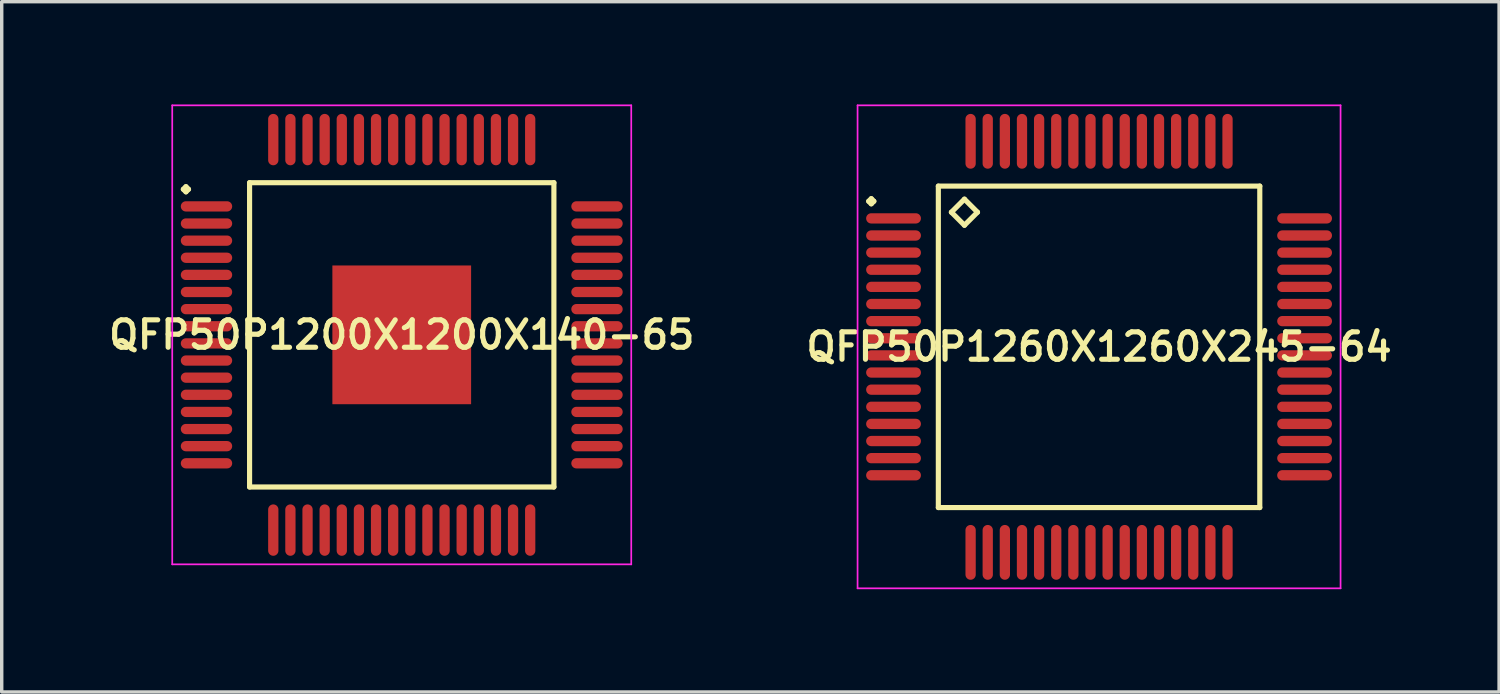
<source format=kicad_pcb>
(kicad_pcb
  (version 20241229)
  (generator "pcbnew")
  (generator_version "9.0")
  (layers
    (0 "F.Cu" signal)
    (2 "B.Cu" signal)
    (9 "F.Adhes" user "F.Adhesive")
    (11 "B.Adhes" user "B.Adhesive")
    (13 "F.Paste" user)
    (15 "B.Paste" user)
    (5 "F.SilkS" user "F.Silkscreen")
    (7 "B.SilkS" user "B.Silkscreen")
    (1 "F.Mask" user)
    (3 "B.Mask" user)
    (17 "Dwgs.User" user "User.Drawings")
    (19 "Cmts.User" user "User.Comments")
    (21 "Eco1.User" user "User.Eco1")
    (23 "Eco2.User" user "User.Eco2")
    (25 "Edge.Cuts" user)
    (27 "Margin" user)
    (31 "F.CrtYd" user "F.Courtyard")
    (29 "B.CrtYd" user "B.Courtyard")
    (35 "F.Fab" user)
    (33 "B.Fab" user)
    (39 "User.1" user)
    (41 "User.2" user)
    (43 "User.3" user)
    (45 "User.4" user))
  (footprint "QFP50P1200X1200X140-65"
    (layer "F.Cu")
    (at 8.678 6.725)
    (property "Reference" "QFP50P1200X1200X140-65" (at 0 0 0) (layer "F.SilkS") (effects (font (size 0.8 0.8) (thickness 0.15))))
    (attr smd)
    (fp_line (start -6.375 -4.25) (end -6.3 -4.325) (stroke (width 0.15) (type solid)) (layer "F.SilkS"))
    (fp_line (start -6.3 -4.325) (end -6.225 -4.25) (stroke (width 0.15) (type solid)) (layer "F.SilkS"))
    (fp_line (start -6.3 -4.175) (end -6.375 -4.25) (stroke (width 0.15) (type solid)) (layer "F.SilkS"))
    (fp_line (start -6.225 -4.25) (end -6.3 -4.175) (stroke (width 0.15) (type solid)) (layer "F.SilkS"))
    (fp_line (start -4.442 -4.442) (end -4.442 4.442) (stroke (width 0.15) (type solid)) (layer "F.SilkS"))
    (fp_line (start -4.442 4.442) (end 4.442 4.442) (stroke (width 0.15) (type solid)) (layer "F.SilkS"))
    (fp_line (start 4.442 -4.442) (end -4.442 -4.442) (stroke (width 0.15) (type solid)) (layer "F.SilkS"))
    (fp_line (start 4.442 4.442) (end 4.442 -4.442) (stroke (width 0.15) (type solid)) (layer "F.SilkS"))
    (fp_line (start -6.7 -6.7) (end 6.7 -6.7) (stroke (width 0.05) (type solid)) (layer "F.CrtYd"))
    (fp_line (start -6.7 6.7) (end -6.7 -6.7) (stroke (width 0.05) (type solid)) (layer "F.CrtYd"))
    (fp_line (start 6.7 -6.7) (end 6.7 6.7) (stroke (width 0.05) (type solid)) (layer "F.CrtYd"))
    (fp_line (start 6.7 6.7) (end -6.7 6.7) (stroke (width 0.05) (type solid)) (layer "F.CrtYd"))
    (pad "1" smd oval (at -5.7 -3.75) (size 1.5 0.3) (layers "F.Cu" "F.Mask" "F.Paste"))
    (pad "2" smd oval (at -5.7 -3.25) (size 1.5 0.3) (layers "F.Cu" "F.Mask" "F.Paste"))
    (pad "3" smd oval (at -5.7 -2.75) (size 1.5 0.3) (layers "F.Cu" "F.Mask" "F.Paste"))
    (pad "4" smd oval (at -5.7 -2.25) (size 1.5 0.3) (layers "F.Cu" "F.Mask" "F.Paste"))
    (pad "5" smd oval (at -5.7 -1.75) (size 1.5 0.3) (layers "F.Cu" "F.Mask" "F.Paste"))
    (pad "6" smd oval (at -5.7 -1.25) (size 1.5 0.3) (layers "F.Cu" "F.Mask" "F.Paste"))
    (pad "7" smd oval (at -5.7 -0.75) (size 1.5 0.3) (layers "F.Cu" "F.Mask" "F.Paste"))
    (pad "8" smd oval (at -5.7 -0.25) (size 1.5 0.3) (layers "F.Cu" "F.Mask" "F.Paste"))
    (pad "9" smd oval (at -5.7 0.25) (size 1.5 0.3) (layers "F.Cu" "F.Mask" "F.Paste"))
    (pad "10" smd oval (at -5.7 0.75) (size 1.5 0.3) (layers "F.Cu" "F.Mask" "F.Paste"))
    (pad "11" smd oval (at -5.7 1.25) (size 1.5 0.3) (layers "F.Cu" "F.Mask" "F.Paste"))
    (pad "12" smd oval (at -5.7 1.75) (size 1.5 0.3) (layers "F.Cu" "F.Mask" "F.Paste"))
    (pad "13" smd oval (at -5.7 2.25) (size 1.5 0.3) (layers "F.Cu" "F.Mask" "F.Paste"))
    (pad "14" smd oval (at -5.7 2.75) (size 1.5 0.3) (layers "F.Cu" "F.Mask" "F.Paste"))
    (pad "15" smd oval (at -5.7 3.25) (size 1.5 0.3) (layers "F.Cu" "F.Mask" "F.Paste"))
    (pad "16" smd oval (at -5.7 3.75) (size 1.5 0.3) (layers "F.Cu" "F.Mask" "F.Paste"))
    (pad "17" smd oval (at -3.75 5.7) (size 0.3 1.5) (layers "F.Cu" "F.Mask" "F.Paste"))
    (pad "18" smd oval (at -3.25 5.7) (size 0.3 1.5) (layers "F.Cu" "F.Mask" "F.Paste"))
    (pad "19" smd oval (at -2.75 5.7) (size 0.3 1.5) (layers "F.Cu" "F.Mask" "F.Paste"))
    (pad "20" smd oval (at -2.25 5.7) (size 0.3 1.5) (layers "F.Cu" "F.Mask" "F.Paste"))
    (pad "21" smd oval (at -1.75 5.7) (size 0.3 1.5) (layers "F.Cu" "F.Mask" "F.Paste"))
    (pad "22" smd oval (at -1.25 5.7) (size 0.3 1.5) (layers "F.Cu" "F.Mask" "F.Paste"))
    (pad "23" smd oval (at -0.75 5.7) (size 0.3 1.5) (layers "F.Cu" "F.Mask" "F.Paste"))
    (pad "24" smd oval (at -0.25 5.7) (size 0.3 1.5) (layers "F.Cu" "F.Mask" "F.Paste"))
    (pad "25" smd oval (at 0.25 5.7) (size 0.3 1.5) (layers "F.Cu" "F.Mask" "F.Paste"))
    (pad "26" smd oval (at 0.75 5.7) (size 0.3 1.5) (layers "F.Cu" "F.Mask" "F.Paste"))
    (pad "27" smd oval (at 1.25 5.7) (size 0.3 1.5) (layers "F.Cu" "F.Mask" "F.Paste"))
    (pad "28" smd oval (at 1.75 5.7) (size 0.3 1.5) (layers "F.Cu" "F.Mask" "F.Paste"))
    (pad "29" smd oval (at 2.25 5.7) (size 0.3 1.5) (layers "F.Cu" "F.Mask" "F.Paste"))
    (pad "30" smd oval (at 2.75 5.7) (size 0.3 1.5) (layers "F.Cu" "F.Mask" "F.Paste"))
    (pad "31" smd oval (at 3.25 5.7) (size 0.3 1.5) (layers "F.Cu" "F.Mask" "F.Paste"))
    (pad "32" smd oval (at 3.75 5.7) (size 0.3 1.5) (layers "F.Cu" "F.Mask" "F.Paste"))
    (pad "33" smd oval (at 5.7 3.75) (size 1.5 0.3) (layers "F.Cu" "F.Mask" "F.Paste"))
    (pad "34" smd oval (at 5.7 3.25) (size 1.5 0.3) (layers "F.Cu" "F.Mask" "F.Paste"))
    (pad "35" smd oval (at 5.7 2.75) (size 1.5 0.3) (layers "F.Cu" "F.Mask" "F.Paste"))
    (pad "36" smd oval (at 5.7 2.25) (size 1.5 0.3) (layers "F.Cu" "F.Mask" "F.Paste"))
    (pad "37" smd oval (at 5.7 1.75) (size 1.5 0.3) (layers "F.Cu" "F.Mask" "F.Paste"))
    (pad "38" smd oval (at 5.7 1.25) (size 1.5 0.3) (layers "F.Cu" "F.Mask" "F.Paste"))
    (pad "39" smd oval (at 5.7 0.75) (size 1.5 0.3) (layers "F.Cu" "F.Mask" "F.Paste"))
    (pad "40" smd oval (at 5.7 0.25) (size 1.5 0.3) (layers "F.Cu" "F.Mask" "F.Paste"))
    (pad "41" smd oval (at 5.7 -0.25) (size 1.5 0.3) (layers "F.Cu" "F.Mask" "F.Paste"))
    (pad "42" smd oval (at 5.7 -0.75) (size 1.5 0.3) (layers "F.Cu" "F.Mask" "F.Paste"))
    (pad "43" smd oval (at 5.7 -1.25) (size 1.5 0.3) (layers "F.Cu" "F.Mask" "F.Paste"))
    (pad "44" smd oval (at 5.7 -1.75) (size 1.5 0.3) (layers "F.Cu" "F.Mask" "F.Paste"))
    (pad "45" smd oval (at 5.7 -2.25) (size 1.5 0.3) (layers "F.Cu" "F.Mask" "F.Paste"))
    (pad "46" smd oval (at 5.7 -2.75) (size 1.5 0.3) (layers "F.Cu" "F.Mask" "F.Paste"))
    (pad "47" smd oval (at 5.7 -3.25) (size 1.5 0.3) (layers "F.Cu" "F.Mask" "F.Paste"))
    (pad "48" smd oval (at 5.7 -3.75) (size 1.5 0.3) (layers "F.Cu" "F.Mask" "F.Paste"))
    (pad "49" smd oval (at 3.75 -5.7) (size 0.3 1.5) (layers "F.Cu" "F.Mask" "F.Paste"))
    (pad "50" smd oval (at 3.25 -5.7) (size 0.3 1.5) (layers "F.Cu" "F.Mask" "F.Paste"))
    (pad "51" smd oval (at 2.75 -5.7) (size 0.3 1.5) (layers "F.Cu" "F.Mask" "F.Paste"))
    (pad "52" smd oval (at 2.25 -5.7) (size 0.3 1.5) (layers "F.Cu" "F.Mask" "F.Paste"))
    (pad "53" smd oval (at 1.75 -5.7) (size 0.3 1.5) (layers "F.Cu" "F.Mask" "F.Paste"))
    (pad "54" smd oval (at 1.25 -5.7) (size 0.3 1.5) (layers "F.Cu" "F.Mask" "F.Paste"))
    (pad "55" smd oval (at 0.75 -5.7) (size 0.3 1.5) (layers "F.Cu" "F.Mask" "F.Paste"))
    (pad "56" smd oval (at 0.25 -5.7) (size 0.3 1.5) (layers "F.Cu" "F.Mask" "F.Paste"))
    (pad "57" smd oval (at -0.25 -5.7) (size 0.3 1.5) (layers "F.Cu" "F.Mask" "F.Paste"))
    (pad "58" smd oval (at -0.75 -5.7) (size 0.3 1.5) (layers "F.Cu" "F.Mask" "F.Paste"))
    (pad "59" smd oval (at -1.25 -5.7) (size 0.3 1.5) (layers "F.Cu" "F.Mask" "F.Paste"))
    (pad "60" smd oval (at -1.75 -5.7) (size 0.3 1.5) (layers "F.Cu" "F.Mask" "F.Paste"))
    (pad "61" smd oval (at -2.25 -5.7) (size 0.3 1.5) (layers "F.Cu" "F.Mask" "F.Paste"))
    (pad "62" smd oval (at -2.75 -5.7) (size 0.3 1.5) (layers "F.Cu" "F.Mask" "F.Paste"))
    (pad "63" smd oval (at -3.25 -5.7) (size 0.3 1.5) (layers "F.Cu" "F.Mask" "F.Paste"))
    (pad "64" smd oval (at -3.75 -5.7) (size 0.3 1.5) (layers "F.Cu" "F.Mask" "F.Paste"))
    (pad "65" smd rect (at 0 0) (size 4.05 4.05) (layers "F.Cu" "F.Mask" "F.Paste")))
  (footprint "QFP50P1260X1260X245-64"
    (layer "F.Cu")
    (at 29.035 7.075)
    (property "Reference" "QFP50P1260X1260X245-64" (at 0 0 0) (layer "F.SilkS") (effects (font (size 0.8 0.8) (thickness 0.15))))
    (attr smd)
    (fp_line (start -6.725 -4.25) (end -6.65 -4.325) (stroke (width 0.15) (type solid)) (layer "F.SilkS"))
    (fp_line (start -6.65 -4.325) (end -6.575 -4.25) (stroke (width 0.15) (type solid)) (layer "F.SilkS"))
    (fp_line (start -6.65 -4.175) (end -6.725 -4.25) (stroke (width 0.15) (type solid)) (layer "F.SilkS"))
    (fp_line (start -6.575 -4.25) (end -6.65 -4.175) (stroke (width 0.15) (type solid)) (layer "F.SilkS"))
    (fp_line (start -4.692 -4.692) (end -4.692 4.692) (stroke (width 0.15) (type solid)) (layer "F.SilkS"))
    (fp_line (start -4.692 4.692) (end 4.692 4.692) (stroke (width 0.15) (type solid)) (layer "F.SilkS"))
    (fp_line (start -4.311 -3.93) (end -3.93 -4.311) (stroke (width 0.15) (type solid)) (layer "F.SilkS"))
    (fp_line (start -3.93 -4.311) (end -3.549 -3.93) (stroke (width 0.15) (type solid)) (layer "F.SilkS"))
    (fp_line (start -3.93 -3.549) (end -4.311 -3.93) (stroke (width 0.15) (type solid)) (layer "F.SilkS"))
    (fp_line (start -3.549 -3.93) (end -3.93 -3.549) (stroke (width 0.15) (type solid)) (layer "F.SilkS"))
    (fp_line (start 4.692 -4.692) (end -4.692 -4.692) (stroke (width 0.15) (type solid)) (layer "F.SilkS"))
    (fp_line (start 4.692 4.692) (end 4.692 -4.692) (stroke (width 0.15) (type solid)) (layer "F.SilkS"))
    (fp_line (start -7.05 -7.05) (end 7.05 -7.05) (stroke (width 0.05) (type solid)) (layer "F.CrtYd"))
    (fp_line (start -7.05 7.05) (end -7.05 -7.05) (stroke (width 0.05) (type solid)) (layer "F.CrtYd"))
    (fp_line (start 7.05 -7.05) (end 7.05 7.05) (stroke (width 0.05) (type solid)) (layer "F.CrtYd"))
    (fp_line (start 7.05 7.05) (end -7.05 7.05) (stroke (width 0.05) (type solid)) (layer "F.CrtYd"))
    (pad "1" smd oval (at -6 -3.75) (size 1.6 0.3) (layers "F.Cu" "F.Mask" "F.Paste"))
    (pad "2" smd oval (at -6 -3.25) (size 1.6 0.3) (layers "F.Cu" "F.Mask" "F.Paste"))
    (pad "3" smd oval (at -6 -2.75) (size 1.6 0.3) (layers "F.Cu" "F.Mask" "F.Paste"))
    (pad "4" smd oval (at -6 -2.25) (size 1.6 0.3) (layers "F.Cu" "F.Mask" "F.Paste"))
    (pad "5" smd oval (at -6 -1.75) (size 1.6 0.3) (layers "F.Cu" "F.Mask" "F.Paste"))
    (pad "6" smd oval (at -6 -1.25) (size 1.6 0.3) (layers "F.Cu" "F.Mask" "F.Paste"))
    (pad "7" smd oval (at -6 -0.75) (size 1.6 0.3) (layers "F.Cu" "F.Mask" "F.Paste"))
    (pad "8" smd oval (at -6 -0.25) (size 1.6 0.3) (layers "F.Cu" "F.Mask" "F.Paste"))
    (pad "9" smd oval (at -6 0.25) (size 1.6 0.3) (layers "F.Cu" "F.Mask" "F.Paste"))
    (pad "10" smd oval (at -6 0.75) (size 1.6 0.3) (layers "F.Cu" "F.Mask" "F.Paste"))
    (pad "11" smd oval (at -6 1.25) (size 1.6 0.3) (layers "F.Cu" "F.Mask" "F.Paste"))
    (pad "12" smd oval (at -6 1.75) (size 1.6 0.3) (layers "F.Cu" "F.Mask" "F.Paste"))
    (pad "13" smd oval (at -6 2.25) (size 1.6 0.3) (layers "F.Cu" "F.Mask" "F.Paste"))
    (pad "14" smd oval (at -6 2.75) (size 1.6 0.3) (layers "F.Cu" "F.Mask" "F.Paste"))
    (pad "15" smd oval (at -6 3.25) (size 1.6 0.3) (layers "F.Cu" "F.Mask" "F.Paste"))
    (pad "16" smd oval (at -6 3.75) (size 1.6 0.3) (layers "F.Cu" "F.Mask" "F.Paste"))
    (pad "17" smd oval (at -3.75 6) (size 0.3 1.6) (layers "F.Cu" "F.Mask" "F.Paste"))
    (pad "18" smd oval (at -3.25 6) (size 0.3 1.6) (layers "F.Cu" "F.Mask" "F.Paste"))
    (pad "19" smd oval (at -2.75 6) (size 0.3 1.6) (layers "F.Cu" "F.Mask" "F.Paste"))
    (pad "20" smd oval (at -2.25 6) (size 0.3 1.6) (layers "F.Cu" "F.Mask" "F.Paste"))
    (pad "21" smd oval (at -1.75 6) (size 0.3 1.6) (layers "F.Cu" "F.Mask" "F.Paste"))
    (pad "22" smd oval (at -1.25 6) (size 0.3 1.6) (layers "F.Cu" "F.Mask" "F.Paste"))
    (pad "23" smd oval (at -0.75 6) (size 0.3 1.6) (layers "F.Cu" "F.Mask" "F.Paste"))
    (pad "24" smd oval (at -0.25 6) (size 0.3 1.6) (layers "F.Cu" "F.Mask" "F.Paste"))
    (pad "25" smd oval (at 0.25 6) (size 0.3 1.6) (layers "F.Cu" "F.Mask" "F.Paste"))
    (pad "26" smd oval (at 0.75 6) (size 0.3 1.6) (layers "F.Cu" "F.Mask" "F.Paste"))
    (pad "27" smd oval (at 1.25 6) (size 0.3 1.6) (layers "F.Cu" "F.Mask" "F.Paste"))
    (pad "28" smd oval (at 1.75 6) (size 0.3 1.6) (layers "F.Cu" "F.Mask" "F.Paste"))
    (pad "29" smd oval (at 2.25 6) (size 0.3 1.6) (layers "F.Cu" "F.Mask" "F.Paste"))
    (pad "30" smd oval (at 2.75 6) (size 0.3 1.6) (layers "F.Cu" "F.Mask" "F.Paste"))
    (pad "31" smd oval (at 3.25 6) (size 0.3 1.6) (layers "F.Cu" "F.Mask" "F.Paste"))
    (pad "32" smd oval (at 3.75 6) (size 0.3 1.6) (layers "F.Cu" "F.Mask" "F.Paste"))
    (pad "33" smd oval (at 6 3.75) (size 1.6 0.3) (layers "F.Cu" "F.Mask" "F.Paste"))
    (pad "34" smd oval (at 6 3.25) (size 1.6 0.3) (layers "F.Cu" "F.Mask" "F.Paste"))
    (pad "35" smd oval (at 6 2.75) (size 1.6 0.3) (layers "F.Cu" "F.Mask" "F.Paste"))
    (pad "36" smd oval (at 6 2.25) (size 1.6 0.3) (layers "F.Cu" "F.Mask" "F.Paste"))
    (pad "37" smd oval (at 6 1.75) (size 1.6 0.3) (layers "F.Cu" "F.Mask" "F.Paste"))
    (pad "38" smd oval (at 6 1.25) (size 1.6 0.3) (layers "F.Cu" "F.Mask" "F.Paste"))
    (pad "39" smd oval (at 6 0.75) (size 1.6 0.3) (layers "F.Cu" "F.Mask" "F.Paste"))
    (pad "40" smd oval (at 6 0.25) (size 1.6 0.3) (layers "F.Cu" "F.Mask" "F.Paste"))
    (pad "41" smd oval (at 6 -0.25) (size 1.6 0.3) (layers "F.Cu" "F.Mask" "F.Paste"))
    (pad "42" smd oval (at 6 -0.75) (size 1.6 0.3) (layers "F.Cu" "F.Mask" "F.Paste"))
    (pad "43" smd oval (at 6 -1.25) (size 1.6 0.3) (layers "F.Cu" "F.Mask" "F.Paste"))
    (pad "44" smd oval (at 6 -1.75) (size 1.6 0.3) (layers "F.Cu" "F.Mask" "F.Paste"))
    (pad "45" smd oval (at 6 -2.25) (size 1.6 0.3) (layers "F.Cu" "F.Mask" "F.Paste"))
    (pad "46" smd oval (at 6 -2.75) (size 1.6 0.3) (layers "F.Cu" "F.Mask" "F.Paste"))
    (pad "47" smd oval (at 6 -3.25) (size 1.6 0.3) (layers "F.Cu" "F.Mask" "F.Paste"))
    (pad "48" smd oval (at 6 -3.75) (size 1.6 0.3) (layers "F.Cu" "F.Mask" "F.Paste"))
    (pad "49" smd oval (at 3.75 -6) (size 0.3 1.6) (layers "F.Cu" "F.Mask" "F.Paste"))
    (pad "50" smd oval (at 3.25 -6) (size 0.3 1.6) (layers "F.Cu" "F.Mask" "F.Paste"))
    (pad "51" smd oval (at 2.75 -6) (size 0.3 1.6) (layers "F.Cu" "F.Mask" "F.Paste"))
    (pad "52" smd oval (at 2.25 -6) (size 0.3 1.6) (layers "F.Cu" "F.Mask" "F.Paste"))
    (pad "53" smd oval (at 1.75 -6) (size 0.3 1.6) (layers "F.Cu" "F.Mask" "F.Paste"))
    (pad "54" smd oval (at 1.25 -6) (size 0.3 1.6) (layers "F.Cu" "F.Mask" "F.Paste"))
    (pad "55" smd oval (at 0.75 -6) (size 0.3 1.6) (layers "F.Cu" "F.Mask" "F.Paste"))
    (pad "56" smd oval (at 0.25 -6) (size 0.3 1.6) (layers "F.Cu" "F.Mask" "F.Paste"))
    (pad "57" smd oval (at -0.25 -6) (size 0.3 1.6) (layers "F.Cu" "F.Mask" "F.Paste"))
    (pad "58" smd oval (at -0.75 -6) (size 0.3 1.6) (layers "F.Cu" "F.Mask" "F.Paste"))
    (pad "59" smd oval (at -1.25 -6) (size 0.3 1.6) (layers "F.Cu" "F.Mask" "F.Paste"))
    (pad "60" smd oval (at -1.75 -6) (size 0.3 1.6) (layers "F.Cu" "F.Mask" "F.Paste"))
    (pad "61" smd oval (at -2.25 -6) (size 0.3 1.6) (layers "F.Cu" "F.Mask" "F.Paste"))
    (pad "62" smd oval (at -2.75 -6) (size 0.3 1.6) (layers "F.Cu" "F.Mask" "F.Paste"))
    (pad "63" smd oval (at -3.25 -6) (size 0.3 1.6) (layers "F.Cu" "F.Mask" "F.Paste"))
    (pad "64" smd oval (at -3.75 -6) (size 0.3 1.6) (layers "F.Cu" "F.Mask" "F.Paste")))
  (gr_rect
    (start -3 -3)
    (end 40.713 17.15)
    (stroke (width 0.1) (type default))
    (fill no)
    (layer "Edge.Cuts")))
</source>
